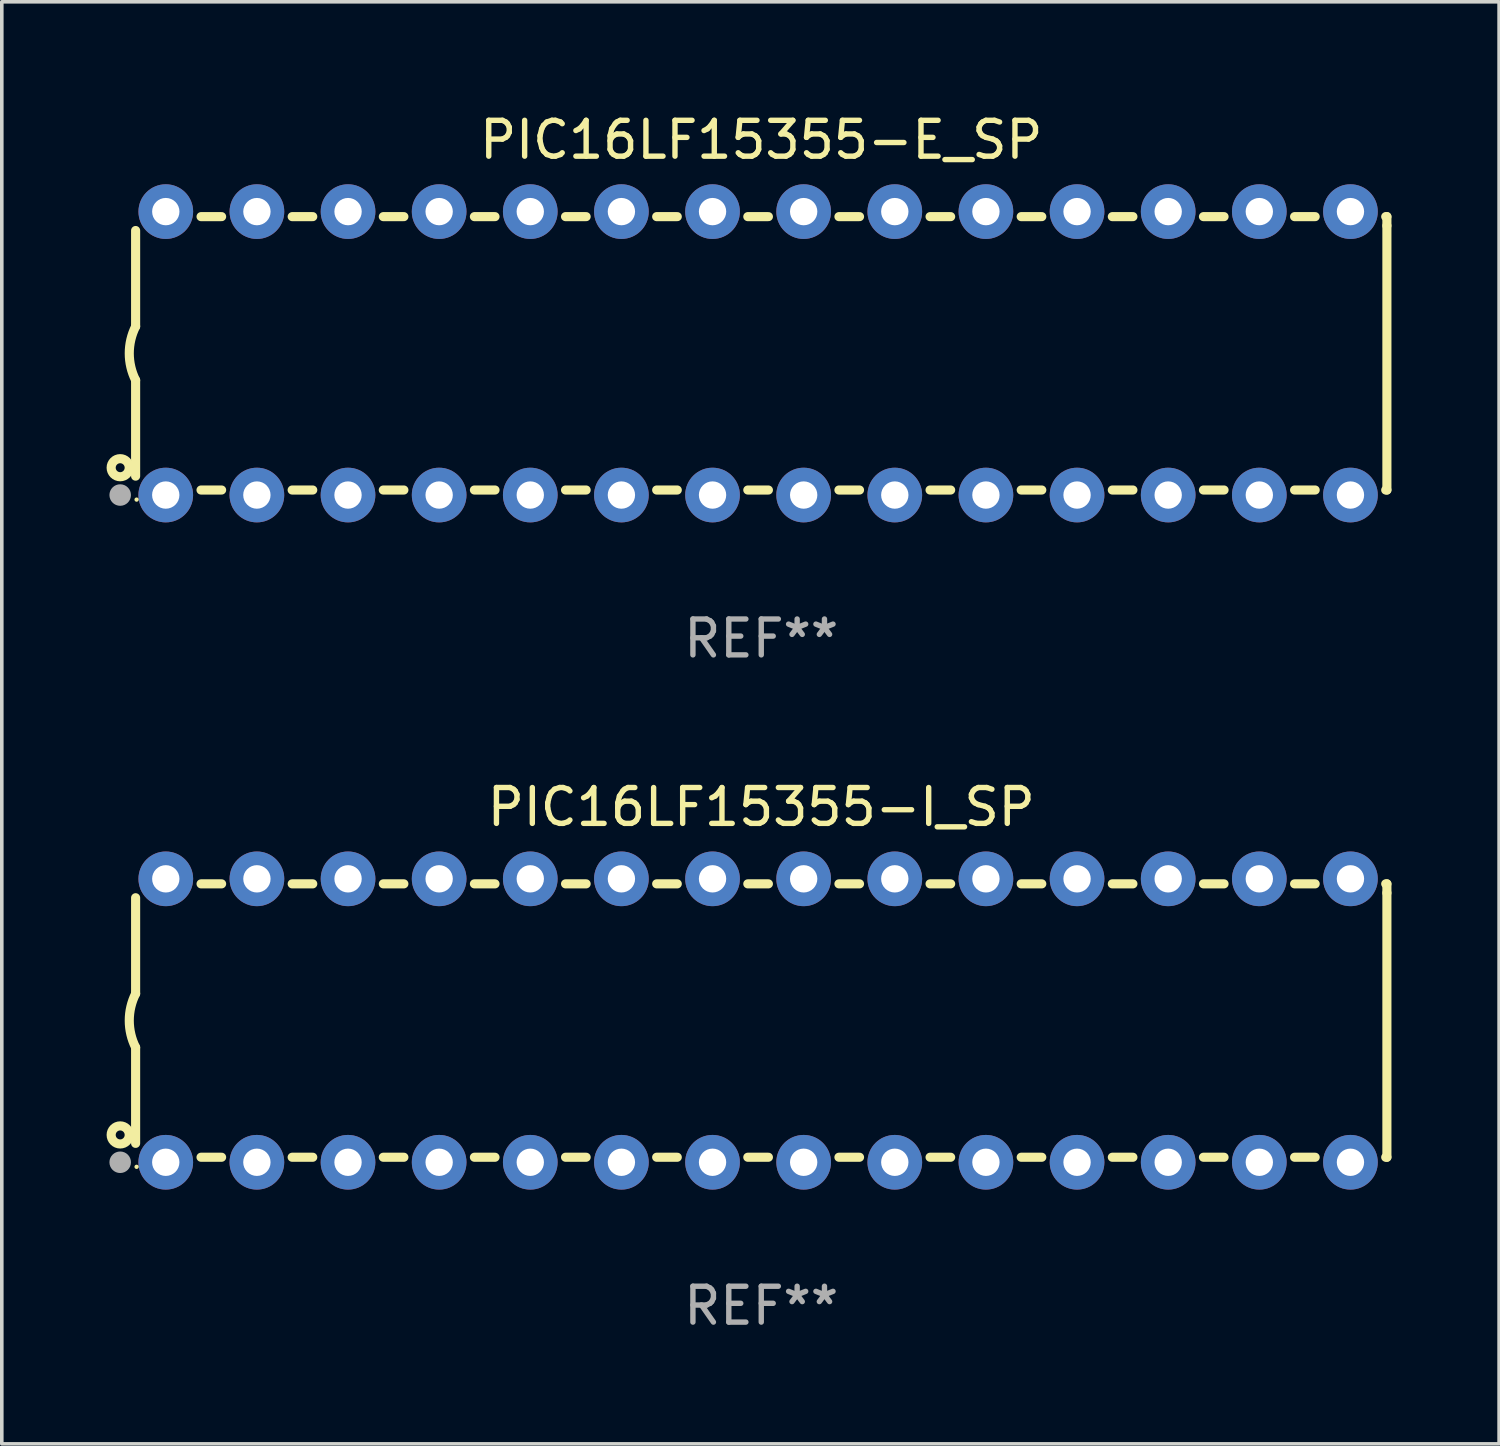
<source format=kicad_pcb>
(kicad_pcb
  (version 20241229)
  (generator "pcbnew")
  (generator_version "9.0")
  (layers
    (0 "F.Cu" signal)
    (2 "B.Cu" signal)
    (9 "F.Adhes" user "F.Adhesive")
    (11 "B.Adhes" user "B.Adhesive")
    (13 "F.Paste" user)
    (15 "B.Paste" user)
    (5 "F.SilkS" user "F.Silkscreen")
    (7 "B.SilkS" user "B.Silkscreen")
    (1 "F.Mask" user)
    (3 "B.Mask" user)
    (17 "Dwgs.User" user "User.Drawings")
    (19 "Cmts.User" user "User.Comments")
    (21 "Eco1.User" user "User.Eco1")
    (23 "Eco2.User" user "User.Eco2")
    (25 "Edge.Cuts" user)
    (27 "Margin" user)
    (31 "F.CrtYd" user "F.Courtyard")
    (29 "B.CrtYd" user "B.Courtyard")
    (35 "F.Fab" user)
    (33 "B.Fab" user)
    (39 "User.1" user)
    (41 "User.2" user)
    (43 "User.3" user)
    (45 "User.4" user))
  (footprint "PIC16LF15355-E_SP"
    (layer "F.Cu")
    (at 18.168 6.798)
    (property "Reference" "PIC16LF15355-E_SP" (at 0 -5.95 0) (layer "F.SilkS") (effects (font (size 1 1) (thickness 0.15))))
    (attr through_hole)
    (fp_line (start -17.438 0.75) (end -17.438 3.423) (stroke (width 0.254) (type solid)) (layer "F.SilkS"))
    (fp_line (start -17.438 -3.423) (end -17.438 -0.75) (stroke (width 0.254) (type solid)) (layer "F.SilkS"))
    (fp_line (start -15.615 3.81) (end -15.041 3.81) (stroke (width 0.254) (type solid)) (layer "F.SilkS"))
    (fp_line (start -15.041 -3.81) (end -15.614 -3.81) (stroke (width 0.254) (type solid)) (layer "F.SilkS"))
    (fp_line (start -13.075 3.81) (end -12.501 3.81) (stroke (width 0.254) (type solid)) (layer "F.SilkS"))
    (fp_line (start -12.501 -3.81) (end -13.074 -3.81) (stroke (width 0.254) (type solid)) (layer "F.SilkS"))
    (fp_line (start -10.535 3.81) (end -9.961 3.81) (stroke (width 0.254) (type solid)) (layer "F.SilkS"))
    (fp_line (start -9.961 -3.81) (end -10.534 -3.81) (stroke (width 0.254) (type solid)) (layer "F.SilkS"))
    (fp_line (start -7.995 3.81) (end -7.421 3.81) (stroke (width 0.254) (type solid)) (layer "F.SilkS"))
    (fp_line (start -7.421 -3.81) (end -7.995 -3.81) (stroke (width 0.254) (type solid)) (layer "F.SilkS"))
    (fp_line (start -5.455 3.81) (end -4.881 3.81) (stroke (width 0.254) (type solid)) (layer "F.SilkS"))
    (fp_line (start -4.881 -3.81) (end -5.455 -3.81) (stroke (width 0.254) (type solid)) (layer "F.SilkS"))
    (fp_line (start -2.915 3.81) (end -2.341 3.81) (stroke (width 0.254) (type solid)) (layer "F.SilkS"))
    (fp_line (start -2.341 -3.81) (end -2.915 -3.81) (stroke (width 0.254) (type solid)) (layer "F.SilkS"))
    (fp_line (start -0.375 3.81) (end 0.199 3.81) (stroke (width 0.254) (type solid)) (layer "F.SilkS"))
    (fp_line (start 0.199 -3.81) (end -0.375 -3.81) (stroke (width 0.254) (type solid)) (layer "F.SilkS"))
    (fp_line (start 2.165 3.81) (end 2.739 3.81) (stroke (width 0.254) (type solid)) (layer "F.SilkS"))
    (fp_line (start 2.739 -3.81) (end 2.165 -3.81) (stroke (width 0.254) (type solid)) (layer "F.SilkS"))
    (fp_line (start 4.705 3.81) (end 5.279 3.81) (stroke (width 0.254) (type solid)) (layer "F.SilkS"))
    (fp_line (start 5.279 -3.81) (end 4.705 -3.81) (stroke (width 0.254) (type solid)) (layer "F.SilkS"))
    (fp_line (start 7.245 3.81) (end 7.819 3.81) (stroke (width 0.254) (type solid)) (layer "F.SilkS"))
    (fp_line (start 7.819 -3.81) (end 7.245 -3.81) (stroke (width 0.254) (type solid)) (layer "F.SilkS"))
    (fp_line (start 9.785 3.81) (end 10.359 3.81) (stroke (width 0.254) (type solid)) (layer "F.SilkS"))
    (fp_line (start 10.359 -3.81) (end 9.785 -3.81) (stroke (width 0.254) (type solid)) (layer "F.SilkS"))
    (fp_line (start 12.325 3.81) (end 12.899 3.81) (stroke (width 0.254) (type solid)) (layer "F.SilkS"))
    (fp_line (start 12.899 -3.81) (end 12.325 -3.81) (stroke (width 0.254) (type solid)) (layer "F.SilkS"))
    (fp_line (start 14.865 3.81) (end 15.439 3.81) (stroke (width 0.254) (type solid)) (layer "F.SilkS"))
    (fp_line (start 15.439 -3.81) (end 14.865 -3.81) (stroke (width 0.254) (type solid)) (layer "F.SilkS"))
    (fp_line (start 17.405 3.81) (end 17.438 3.81) (stroke (width 0.254) (type solid)) (layer "F.SilkS"))
    (fp_line (start 17.438 -3.81) (end 17.405 -3.81) (stroke (width 0.254) (type solid)) (layer "F.SilkS"))
    (fp_line (start 17.438 -3.556) (end 17.438 -3.81) (stroke (width 0.254) (type solid)) (layer "F.SilkS"))
    (fp_line (start 17.438 3.81) (end 17.438 -3.556) (stroke (width 0.254) (type solid)) (layer "F.SilkS"))
    (fp_arc (start -17.437986 0.749657) (mid -17.614887 -0.000024) (end -17.437783 -0.749657) (stroke (width 0.254001) (type solid)) (layer "F.SilkS"))
    (fp_circle (center -17.868 3.188) (end -17.743 3.188) (stroke (width 0.254) (type solid)) (fill no) (layer "F.SilkS"))
    (fp_circle (center -17.411 4.077) (end -17.381 4.077) (stroke (width 0.06) (type solid)) (fill no) (layer "F.SilkS"))
    (fp_circle (center -17.868 3.95) (end -17.718 3.95) (stroke (width 0.3) (type solid)) (fill no) (layer "F.Fab"))
    (fp_text user "REF**" (at 0 7.95 0) (layer "F.Fab") (effects (font (size 1 1) (thickness 0.15))))
    (pad "1" thru_hole circle (at -16.598 3.95) (size 1.524 1.524) (drill 0.762) (layers "*.Cu" "*.Mask"))
    (pad "2" thru_hole circle (at -14.058 3.95) (size 1.524 1.524) (drill 0.762) (layers "*.Cu" "*.Mask"))
    (pad "3" thru_hole circle (at -11.518 3.95) (size 1.524 1.524) (drill 0.762) (layers "*.Cu" "*.Mask"))
    (pad "4" thru_hole circle (at -8.978 3.95) (size 1.524 1.524) (drill 0.762) (layers "*.Cu" "*.Mask"))
    (pad "5" thru_hole circle (at -6.438 3.95) (size 1.524 1.524) (drill 0.762) (layers "*.Cu" "*.Mask"))
    (pad "6" thru_hole circle (at -3.898 3.95) (size 1.524 1.524) (drill 0.762) (layers "*.Cu" "*.Mask"))
    (pad "7" thru_hole circle (at -1.358 3.95) (size 1.524 1.524) (drill 0.762) (layers "*.Cu" "*.Mask"))
    (pad "8" thru_hole circle (at 1.182 3.95) (size 1.524 1.524) (drill 0.762) (layers "*.Cu" "*.Mask"))
    (pad "9" thru_hole circle (at 3.722 3.95) (size 1.524 1.524) (drill 0.762) (layers "*.Cu" "*.Mask"))
    (pad "10" thru_hole circle (at 6.262 3.95) (size 1.524 1.524) (drill 0.762) (layers "*.Cu" "*.Mask"))
    (pad "11" thru_hole circle (at 8.802 3.95) (size 1.524 1.524) (drill 0.762) (layers "*.Cu" "*.Mask"))
    (pad "12" thru_hole circle (at 11.342 3.95) (size 1.524 1.524) (drill 0.762) (layers "*.Cu" "*.Mask"))
    (pad "13" thru_hole circle (at 13.882 3.95) (size 1.524 1.524) (drill 0.762) (layers "*.Cu" "*.Mask"))
    (pad "14" thru_hole circle (at 16.422 3.95) (size 1.524 1.524) (drill 0.762) (layers "*.Cu" "*.Mask"))
    (pad "15" thru_hole circle (at 16.422 -3.95) (size 1.524 1.524) (drill 0.762) (layers "*.Cu" "*.Mask"))
    (pad "16" thru_hole circle (at 13.882 -3.95) (size 1.524 1.524) (drill 0.762) (layers "*.Cu" "*.Mask"))
    (pad "17" thru_hole circle (at 11.342 -3.95) (size 1.524 1.524) (drill 0.762) (layers "*.Cu" "*.Mask"))
    (pad "18" thru_hole circle (at 8.802 -3.95) (size 1.524 1.524) (drill 0.762) (layers "*.Cu" "*.Mask"))
    (pad "19" thru_hole circle (at 6.262 -3.95) (size 1.524 1.524) (drill 0.762) (layers "*.Cu" "*.Mask"))
    (pad "20" thru_hole circle (at 3.722 -3.95) (size 1.524 1.524) (drill 0.762) (layers "*.Cu" "*.Mask"))
    (pad "21" thru_hole circle (at 1.182 -3.95) (size 1.524 1.524) (drill 0.762) (layers "*.Cu" "*.Mask"))
    (pad "22" thru_hole circle (at -1.358 -3.95) (size 1.524 1.524) (drill 0.762) (layers "*.Cu" "*.Mask"))
    (pad "23" thru_hole circle (at -3.898 -3.95) (size 1.524 1.524) (drill 0.762) (layers "*.Cu" "*.Mask"))
    (pad "24" thru_hole circle (at -6.438 -3.95) (size 1.524 1.524) (drill 0.762) (layers "*.Cu" "*.Mask"))
    (pad "25" thru_hole circle (at -8.978 -3.95) (size 1.524 1.524) (drill 0.762) (layers "*.Cu" "*.Mask"))
    (pad "26" thru_hole circle (at -11.517 -3.95) (size 1.524 1.524) (drill 0.762) (layers "*.Cu" "*.Mask"))
    (pad "27" thru_hole circle (at -14.057 -3.95) (size 1.524 1.524) (drill 0.762) (layers "*.Cu" "*.Mask"))
    (pad "28" thru_hole circle (at -16.597 -3.95) (size 1.524 1.524) (drill 0.762) (layers "*.Cu" "*.Mask")))
  (footprint "PIC16LF15355-I_SP"
    (layer "F.Cu")
    (at 18.168 25.395)
    (property "Reference" "PIC16LF15355-I_SP" (at 0 -5.95 0) (layer "F.SilkS") (effects (font (size 1 1) (thickness 0.15))))
    (attr through_hole)
    (fp_line (start -17.438 0.75) (end -17.438 3.423) (stroke (width 0.254) (type solid)) (layer "F.SilkS"))
    (fp_line (start -17.438 -3.423) (end -17.438 -0.75) (stroke (width 0.254) (type solid)) (layer "F.SilkS"))
    (fp_line (start -15.615 3.81) (end -15.041 3.81) (stroke (width 0.254) (type solid)) (layer "F.SilkS"))
    (fp_line (start -15.041 -3.81) (end -15.614 -3.81) (stroke (width 0.254) (type solid)) (layer "F.SilkS"))
    (fp_line (start -13.075 3.81) (end -12.501 3.81) (stroke (width 0.254) (type solid)) (layer "F.SilkS"))
    (fp_line (start -12.501 -3.81) (end -13.074 -3.81) (stroke (width 0.254) (type solid)) (layer "F.SilkS"))
    (fp_line (start -10.535 3.81) (end -9.961 3.81) (stroke (width 0.254) (type solid)) (layer "F.SilkS"))
    (fp_line (start -9.961 -3.81) (end -10.534 -3.81) (stroke (width 0.254) (type solid)) (layer "F.SilkS"))
    (fp_line (start -7.995 3.81) (end -7.421 3.81) (stroke (width 0.254) (type solid)) (layer "F.SilkS"))
    (fp_line (start -7.421 -3.81) (end -7.995 -3.81) (stroke (width 0.254) (type solid)) (layer "F.SilkS"))
    (fp_line (start -5.455 3.81) (end -4.881 3.81) (stroke (width 0.254) (type solid)) (layer "F.SilkS"))
    (fp_line (start -4.881 -3.81) (end -5.455 -3.81) (stroke (width 0.254) (type solid)) (layer "F.SilkS"))
    (fp_line (start -2.915 3.81) (end -2.341 3.81) (stroke (width 0.254) (type solid)) (layer "F.SilkS"))
    (fp_line (start -2.341 -3.81) (end -2.915 -3.81) (stroke (width 0.254) (type solid)) (layer "F.SilkS"))
    (fp_line (start -0.375 3.81) (end 0.199 3.81) (stroke (width 0.254) (type solid)) (layer "F.SilkS"))
    (fp_line (start 0.199 -3.81) (end -0.375 -3.81) (stroke (width 0.254) (type solid)) (layer "F.SilkS"))
    (fp_line (start 2.165 3.81) (end 2.739 3.81) (stroke (width 0.254) (type solid)) (layer "F.SilkS"))
    (fp_line (start 2.739 -3.81) (end 2.165 -3.81) (stroke (width 0.254) (type solid)) (layer "F.SilkS"))
    (fp_line (start 4.705 3.81) (end 5.279 3.81) (stroke (width 0.254) (type solid)) (layer "F.SilkS"))
    (fp_line (start 5.279 -3.81) (end 4.705 -3.81) (stroke (width 0.254) (type solid)) (layer "F.SilkS"))
    (fp_line (start 7.245 3.81) (end 7.819 3.81) (stroke (width 0.254) (type solid)) (layer "F.SilkS"))
    (fp_line (start 7.819 -3.81) (end 7.245 -3.81) (stroke (width 0.254) (type solid)) (layer "F.SilkS"))
    (fp_line (start 9.785 3.81) (end 10.359 3.81) (stroke (width 0.254) (type solid)) (layer "F.SilkS"))
    (fp_line (start 10.359 -3.81) (end 9.785 -3.81) (stroke (width 0.254) (type solid)) (layer "F.SilkS"))
    (fp_line (start 12.325 3.81) (end 12.899 3.81) (stroke (width 0.254) (type solid)) (layer "F.SilkS"))
    (fp_line (start 12.899 -3.81) (end 12.325 -3.81) (stroke (width 0.254) (type solid)) (layer "F.SilkS"))
    (fp_line (start 14.865 3.81) (end 15.439 3.81) (stroke (width 0.254) (type solid)) (layer "F.SilkS"))
    (fp_line (start 15.439 -3.81) (end 14.865 -3.81) (stroke (width 0.254) (type solid)) (layer "F.SilkS"))
    (fp_line (start 17.405 3.81) (end 17.438 3.81) (stroke (width 0.254) (type solid)) (layer "F.SilkS"))
    (fp_line (start 17.438 -3.81) (end 17.405 -3.81) (stroke (width 0.254) (type solid)) (layer "F.SilkS"))
    (fp_line (start 17.438 -3.556) (end 17.438 -3.81) (stroke (width 0.254) (type solid)) (layer "F.SilkS"))
    (fp_line (start 17.438 3.81) (end 17.438 -3.556) (stroke (width 0.254) (type solid)) (layer "F.SilkS"))
    (fp_arc (start -17.437986 0.749657) (mid -17.614887 -0.000024) (end -17.437783 -0.749657) (stroke (width 0.254001) (type solid)) (layer "F.SilkS"))
    (fp_circle (center -17.868 3.188) (end -17.743 3.188) (stroke (width 0.254) (type solid)) (fill no) (layer "F.SilkS"))
    (fp_circle (center -17.411 4.077) (end -17.381 4.077) (stroke (width 0.06) (type solid)) (fill no) (layer "F.SilkS"))
    (fp_circle (center -17.868 3.95) (end -17.718 3.95) (stroke (width 0.3) (type solid)) (fill no) (layer "F.Fab"))
    (fp_text user "REF**" (at 0 7.95 0) (layer "F.Fab") (effects (font (size 1 1) (thickness 0.15))))
    (pad "1" thru_hole circle (at -16.598 3.95) (size 1.524 1.524) (drill 0.762) (layers "*.Cu" "*.Mask"))
    (pad "2" thru_hole circle (at -14.058 3.95) (size 1.524 1.524) (drill 0.762) (layers "*.Cu" "*.Mask"))
    (pad "3" thru_hole circle (at -11.518 3.95) (size 1.524 1.524) (drill 0.762) (layers "*.Cu" "*.Mask"))
    (pad "4" thru_hole circle (at -8.978 3.95) (size 1.524 1.524) (drill 0.762) (layers "*.Cu" "*.Mask"))
    (pad "5" thru_hole circle (at -6.438 3.95) (size 1.524 1.524) (drill 0.762) (layers "*.Cu" "*.Mask"))
    (pad "6" thru_hole circle (at -3.898 3.95) (size 1.524 1.524) (drill 0.762) (layers "*.Cu" "*.Mask"))
    (pad "7" thru_hole circle (at -1.358 3.95) (size 1.524 1.524) (drill 0.762) (layers "*.Cu" "*.Mask"))
    (pad "8" thru_hole circle (at 1.182 3.95) (size 1.524 1.524) (drill 0.762) (layers "*.Cu" "*.Mask"))
    (pad "9" thru_hole circle (at 3.722 3.95) (size 1.524 1.524) (drill 0.762) (layers "*.Cu" "*.Mask"))
    (pad "10" thru_hole circle (at 6.262 3.95) (size 1.524 1.524) (drill 0.762) (layers "*.Cu" "*.Mask"))
    (pad "11" thru_hole circle (at 8.802 3.95) (size 1.524 1.524) (drill 0.762) (layers "*.Cu" "*.Mask"))
    (pad "12" thru_hole circle (at 11.342 3.95) (size 1.524 1.524) (drill 0.762) (layers "*.Cu" "*.Mask"))
    (pad "13" thru_hole circle (at 13.882 3.95) (size 1.524 1.524) (drill 0.762) (layers "*.Cu" "*.Mask"))
    (pad "14" thru_hole circle (at 16.422 3.95) (size 1.524 1.524) (drill 0.762) (layers "*.Cu" "*.Mask"))
    (pad "15" thru_hole circle (at 16.422 -3.95) (size 1.524 1.524) (drill 0.762) (layers "*.Cu" "*.Mask"))
    (pad "16" thru_hole circle (at 13.882 -3.95) (size 1.524 1.524) (drill 0.762) (layers "*.Cu" "*.Mask"))
    (pad "17" thru_hole circle (at 11.342 -3.95) (size 1.524 1.524) (drill 0.762) (layers "*.Cu" "*.Mask"))
    (pad "18" thru_hole circle (at 8.802 -3.95) (size 1.524 1.524) (drill 0.762) (layers "*.Cu" "*.Mask"))
    (pad "19" thru_hole circle (at 6.262 -3.95) (size 1.524 1.524) (drill 0.762) (layers "*.Cu" "*.Mask"))
    (pad "20" thru_hole circle (at 3.722 -3.95) (size 1.524 1.524) (drill 0.762) (layers "*.Cu" "*.Mask"))
    (pad "21" thru_hole circle (at 1.182 -3.95) (size 1.524 1.524) (drill 0.762) (layers "*.Cu" "*.Mask"))
    (pad "22" thru_hole circle (at -1.358 -3.95) (size 1.524 1.524) (drill 0.762) (layers "*.Cu" "*.Mask"))
    (pad "23" thru_hole circle (at -3.898 -3.95) (size 1.524 1.524) (drill 0.762) (layers "*.Cu" "*.Mask"))
    (pad "24" thru_hole circle (at -6.438 -3.95) (size 1.524 1.524) (drill 0.762) (layers "*.Cu" "*.Mask"))
    (pad "25" thru_hole circle (at -8.978 -3.95) (size 1.524 1.524) (drill 0.762) (layers "*.Cu" "*.Mask"))
    (pad "26" thru_hole circle (at -11.517 -3.95) (size 1.524 1.524) (drill 0.762) (layers "*.Cu" "*.Mask"))
    (pad "27" thru_hole circle (at -14.057 -3.95) (size 1.524 1.524) (drill 0.762) (layers "*.Cu" "*.Mask"))
    (pad "28" thru_hole circle (at -16.597 -3.95) (size 1.524 1.524) (drill 0.762) (layers "*.Cu" "*.Mask")))
  (gr_rect
    (start -3 -3)
    (end 38.733 37.193)
    (stroke (width 0.1) (type default))
    (fill no)
    (layer "Edge.Cuts")))
</source>
